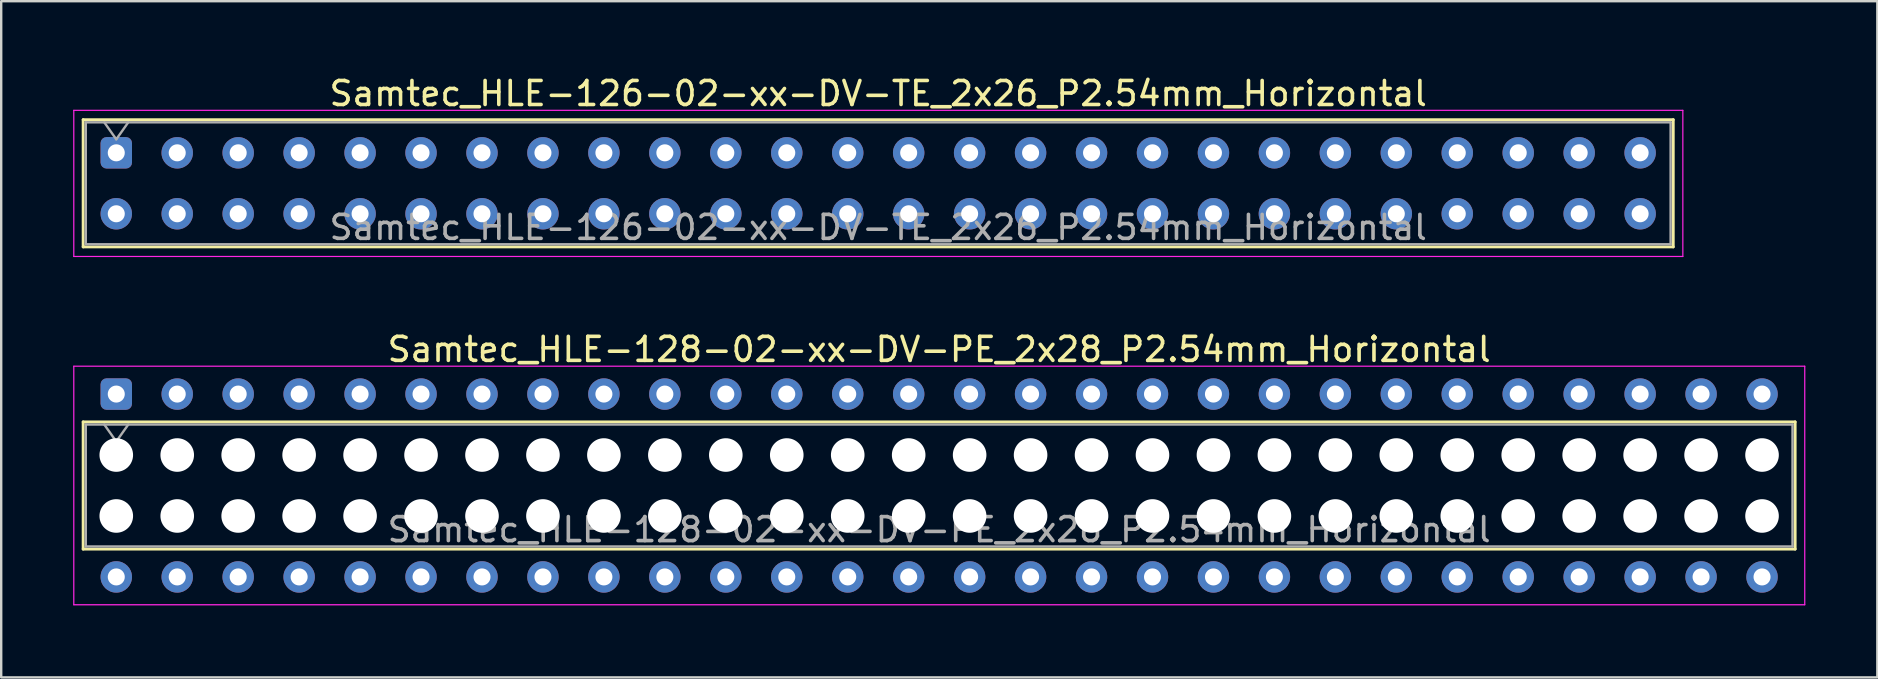
<source format=kicad_pcb>
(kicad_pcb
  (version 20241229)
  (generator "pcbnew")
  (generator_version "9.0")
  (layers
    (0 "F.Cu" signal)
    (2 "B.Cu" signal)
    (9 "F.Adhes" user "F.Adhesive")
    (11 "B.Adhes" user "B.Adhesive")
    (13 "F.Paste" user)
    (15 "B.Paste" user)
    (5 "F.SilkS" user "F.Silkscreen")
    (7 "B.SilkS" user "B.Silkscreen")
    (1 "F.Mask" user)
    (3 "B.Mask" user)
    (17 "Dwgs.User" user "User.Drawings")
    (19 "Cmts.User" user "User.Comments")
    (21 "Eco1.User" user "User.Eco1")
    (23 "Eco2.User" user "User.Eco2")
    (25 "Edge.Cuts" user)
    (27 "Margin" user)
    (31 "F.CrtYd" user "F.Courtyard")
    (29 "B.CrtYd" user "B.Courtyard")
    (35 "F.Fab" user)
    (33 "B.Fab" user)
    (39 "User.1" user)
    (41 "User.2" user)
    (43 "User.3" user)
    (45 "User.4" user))
  (footprint "Samtec_HLE-128-02-xx-DV-PE_2x28_P2.54mm_Horizontal"
    (layer "F.Cu")
    (at 1.795 13.371)
    (property "Reference" "Samtec_HLE-128-02-xx-DV-PE_2x28_P2.54mm_Horizontal" (at 34.29 -1.86 0) (layer "F.SilkS") (effects (font (size 1 1) (thickness 0.15))))
    (attr through_hole)
    (fp_line (start -1.38 1.16) (end 69.96 1.16) (stroke (width 0.12) (type solid)) (layer "F.SilkS"))
    (fp_line (start -1.38 6.46) (end -1.38 1.16) (stroke (width 0.12) (type solid)) (layer "F.SilkS"))
    (fp_line (start 69.96 1.16) (end 69.96 6.46) (stroke (width 0.12) (type solid)) (layer "F.SilkS"))
    (fp_line (start 69.96 6.46) (end -1.38 6.46) (stroke (width 0.12) (type solid)) (layer "F.SilkS"))
    (fp_line (start -1.77 -1.16) (end 70.36 -1.16) (stroke (width 0.05) (type solid)) (layer "F.CrtYd"))
    (fp_line (start -1.77 8.78) (end -1.77 -1.16) (stroke (width 0.05) (type solid)) (layer "F.CrtYd"))
    (fp_line (start 70.36 -1.16) (end 70.36 8.78) (stroke (width 0.05) (type solid)) (layer "F.CrtYd"))
    (fp_line (start 70.36 8.78) (end -1.77 8.78) (stroke (width 0.05) (type solid)) (layer "F.CrtYd"))
    (fp_line (start -1.27 1.27) (end 69.85 1.27) (stroke (width 0.1) (type solid)) (layer "F.Fab"))
    (fp_line (start -1.27 6.35) (end -1.27 1.27) (stroke (width 0.1) (type solid)) (layer "F.Fab"))
    (fp_line (start -0.5 1.27) (end 0 1.977) (stroke (width 0.1) (type solid)) (layer "F.Fab"))
    (fp_line (start 0 1.977) (end 0.5 1.27) (stroke (width 0.1) (type solid)) (layer "F.Fab"))
    (fp_line (start 69.85 1.27) (end 69.85 6.35) (stroke (width 0.1) (type solid)) (layer "F.Fab"))
    (fp_line (start 69.85 6.35) (end -1.27 6.35) (stroke (width 0.1) (type solid)) (layer "F.Fab"))
    (fp_text user "${REFERENCE}" (at 34.29 5.65 0) (layer "F.Fab") (effects (font (size 1 1) (thickness 0.15))))
    (pad "" np_thru_hole circle (at 0 2.54) (size 1.4 1.4) (drill 1.4) (layers "*.Cu" "*.Mask"))
    (pad "" np_thru_hole circle (at 0 5.08) (size 1.4 1.4) (drill 1.4) (layers "*.Cu" "*.Mask"))
    (pad "" np_thru_hole circle (at 2.54 2.54) (size 1.4 1.4) (drill 1.4) (layers "*.Cu" "*.Mask"))
    (pad "" np_thru_hole circle (at 2.54 5.08) (size 1.4 1.4) (drill 1.4) (layers "*.Cu" "*.Mask"))
    (pad "" np_thru_hole circle (at 5.08 2.54) (size 1.4 1.4) (drill 1.4) (layers "*.Cu" "*.Mask"))
    (pad "" np_thru_hole circle (at 5.08 5.08) (size 1.4 1.4) (drill 1.4) (layers "*.Cu" "*.Mask"))
    (pad "" np_thru_hole circle (at 7.62 2.54) (size 1.4 1.4) (drill 1.4) (layers "*.Cu" "*.Mask"))
    (pad "" np_thru_hole circle (at 7.62 5.08) (size 1.4 1.4) (drill 1.4) (layers "*.Cu" "*.Mask"))
    (pad "" np_thru_hole circle (at 10.16 2.54) (size 1.4 1.4) (drill 1.4) (layers "*.Cu" "*.Mask"))
    (pad "" np_thru_hole circle (at 10.16 5.08) (size 1.4 1.4) (drill 1.4) (layers "*.Cu" "*.Mask"))
    (pad "" np_thru_hole circle (at 12.7 2.54) (size 1.4 1.4) (drill 1.4) (layers "*.Cu" "*.Mask"))
    (pad "" np_thru_hole circle (at 12.7 5.08) (size 1.4 1.4) (drill 1.4) (layers "*.Cu" "*.Mask"))
    (pad "" np_thru_hole circle (at 15.24 2.54) (size 1.4 1.4) (drill 1.4) (layers "*.Cu" "*.Mask"))
    (pad "" np_thru_hole circle (at 15.24 5.08) (size 1.4 1.4) (drill 1.4) (layers "*.Cu" "*.Mask"))
    (pad "" np_thru_hole circle (at 17.78 2.54) (size 1.4 1.4) (drill 1.4) (layers "*.Cu" "*.Mask"))
    (pad "" np_thru_hole circle (at 17.78 5.08) (size 1.4 1.4) (drill 1.4) (layers "*.Cu" "*.Mask"))
    (pad "" np_thru_hole circle (at 20.32 2.54) (size 1.4 1.4) (drill 1.4) (layers "*.Cu" "*.Mask"))
    (pad "" np_thru_hole circle (at 20.32 5.08) (size 1.4 1.4) (drill 1.4) (layers "*.Cu" "*.Mask"))
    (pad "" np_thru_hole circle (at 22.86 2.54) (size 1.4 1.4) (drill 1.4) (layers "*.Cu" "*.Mask"))
    (pad "" np_thru_hole circle (at 22.86 5.08) (size 1.4 1.4) (drill 1.4) (layers "*.Cu" "*.Mask"))
    (pad "" np_thru_hole circle (at 25.4 2.54) (size 1.4 1.4) (drill 1.4) (layers "*.Cu" "*.Mask"))
    (pad "" np_thru_hole circle (at 25.4 5.08) (size 1.4 1.4) (drill 1.4) (layers "*.Cu" "*.Mask"))
    (pad "" np_thru_hole circle (at 27.94 2.54) (size 1.4 1.4) (drill 1.4) (layers "*.Cu" "*.Mask"))
    (pad "" np_thru_hole circle (at 27.94 5.08) (size 1.4 1.4) (drill 1.4) (layers "*.Cu" "*.Mask"))
    (pad "" np_thru_hole circle (at 30.48 2.54) (size 1.4 1.4) (drill 1.4) (layers "*.Cu" "*.Mask"))
    (pad "" np_thru_hole circle (at 30.48 5.08) (size 1.4 1.4) (drill 1.4) (layers "*.Cu" "*.Mask"))
    (pad "" np_thru_hole circle (at 33.02 2.54) (size 1.4 1.4) (drill 1.4) (layers "*.Cu" "*.Mask"))
    (pad "" np_thru_hole circle (at 33.02 5.08) (size 1.4 1.4) (drill 1.4) (layers "*.Cu" "*.Mask"))
    (pad "" np_thru_hole circle (at 35.56 2.54) (size 1.4 1.4) (drill 1.4) (layers "*.Cu" "*.Mask"))
    (pad "" np_thru_hole circle (at 35.56 5.08) (size 1.4 1.4) (drill 1.4) (layers "*.Cu" "*.Mask"))
    (pad "" np_thru_hole circle (at 38.1 2.54) (size 1.4 1.4) (drill 1.4) (layers "*.Cu" "*.Mask"))
    (pad "" np_thru_hole circle (at 38.1 5.08) (size 1.4 1.4) (drill 1.4) (layers "*.Cu" "*.Mask"))
    (pad "" np_thru_hole circle (at 40.64 2.54) (size 1.4 1.4) (drill 1.4) (layers "*.Cu" "*.Mask"))
    (pad "" np_thru_hole circle (at 40.64 5.08) (size 1.4 1.4) (drill 1.4) (layers "*.Cu" "*.Mask"))
    (pad "" np_thru_hole circle (at 43.18 2.54) (size 1.4 1.4) (drill 1.4) (layers "*.Cu" "*.Mask"))
    (pad "" np_thru_hole circle (at 43.18 5.08) (size 1.4 1.4) (drill 1.4) (layers "*.Cu" "*.Mask"))
    (pad "" np_thru_hole circle (at 45.72 2.54) (size 1.4 1.4) (drill 1.4) (layers "*.Cu" "*.Mask"))
    (pad "" np_thru_hole circle (at 45.72 5.08) (size 1.4 1.4) (drill 1.4) (layers "*.Cu" "*.Mask"))
    (pad "" np_thru_hole circle (at 48.26 2.54) (size 1.4 1.4) (drill 1.4) (layers "*.Cu" "*.Mask"))
    (pad "" np_thru_hole circle (at 48.26 5.08) (size 1.4 1.4) (drill 1.4) (layers "*.Cu" "*.Mask"))
    (pad "" np_thru_hole circle (at 50.8 2.54) (size 1.4 1.4) (drill 1.4) (layers "*.Cu" "*.Mask"))
    (pad "" np_thru_hole circle (at 50.8 5.08) (size 1.4 1.4) (drill 1.4) (layers "*.Cu" "*.Mask"))
    (pad "" np_thru_hole circle (at 53.34 2.54) (size 1.4 1.4) (drill 1.4) (layers "*.Cu" "*.Mask"))
    (pad "" np_thru_hole circle (at 53.34 5.08) (size 1.4 1.4) (drill 1.4) (layers "*.Cu" "*.Mask"))
    (pad "" np_thru_hole circle (at 55.88 2.54) (size 1.4 1.4) (drill 1.4) (layers "*.Cu" "*.Mask"))
    (pad "" np_thru_hole circle (at 55.88 5.08) (size 1.4 1.4) (drill 1.4) (layers "*.Cu" "*.Mask"))
    (pad "" np_thru_hole circle (at 58.42 2.54) (size 1.4 1.4) (drill 1.4) (layers "*.Cu" "*.Mask"))
    (pad "" np_thru_hole circle (at 58.42 5.08) (size 1.4 1.4) (drill 1.4) (layers "*.Cu" "*.Mask"))
    (pad "" np_thru_hole circle (at 60.96 2.54) (size 1.4 1.4) (drill 1.4) (layers "*.Cu" "*.Mask"))
    (pad "" np_thru_hole circle (at 60.96 5.08) (size 1.4 1.4) (drill 1.4) (layers "*.Cu" "*.Mask"))
    (pad "" np_thru_hole circle (at 63.5 2.54) (size 1.4 1.4) (drill 1.4) (layers "*.Cu" "*.Mask"))
    (pad "" np_thru_hole circle (at 63.5 5.08) (size 1.4 1.4) (drill 1.4) (layers "*.Cu" "*.Mask"))
    (pad "" np_thru_hole circle (at 66.04 2.54) (size 1.4 1.4) (drill 1.4) (layers "*.Cu" "*.Mask"))
    (pad "" np_thru_hole circle (at 66.04 5.08) (size 1.4 1.4) (drill 1.4) (layers "*.Cu" "*.Mask"))
    (pad "" np_thru_hole circle (at 68.58 2.54) (size 1.4 1.4) (drill 1.4) (layers "*.Cu" "*.Mask"))
    (pad "" np_thru_hole circle (at 68.58 5.08) (size 1.4 1.4) (drill 1.4) (layers "*.Cu" "*.Mask"))
    (pad "1" thru_hole roundrect (at 0 0) (size 1.31 1.31) (drill 0.71) (layers "*.Cu" "*.Mask") (roundrect_rratio 0.191))
    (pad "2" thru_hole circle (at 0 7.62) (size 1.31 1.31) (drill 0.71) (layers "*.Cu" "*.Mask"))
    (pad "3" thru_hole circle (at 2.54 0) (size 1.31 1.31) (drill 0.71) (layers "*.Cu" "*.Mask"))
    (pad "4" thru_hole circle (at 2.54 7.62) (size 1.31 1.31) (drill 0.71) (layers "*.Cu" "*.Mask"))
    (pad "5" thru_hole circle (at 5.08 0) (size 1.31 1.31) (drill 0.71) (layers "*.Cu" "*.Mask"))
    (pad "6" thru_hole circle (at 5.08 7.62) (size 1.31 1.31) (drill 0.71) (layers "*.Cu" "*.Mask"))
    (pad "7" thru_hole circle (at 7.62 0) (size 1.31 1.31) (drill 0.71) (layers "*.Cu" "*.Mask"))
    (pad "8" thru_hole circle (at 7.62 7.62) (size 1.31 1.31) (drill 0.71) (layers "*.Cu" "*.Mask"))
    (pad "9" thru_hole circle (at 10.16 0) (size 1.31 1.31) (drill 0.71) (layers "*.Cu" "*.Mask"))
    (pad "10" thru_hole circle (at 10.16 7.62) (size 1.31 1.31) (drill 0.71) (layers "*.Cu" "*.Mask"))
    (pad "11" thru_hole circle (at 12.7 0) (size 1.31 1.31) (drill 0.71) (layers "*.Cu" "*.Mask"))
    (pad "12" thru_hole circle (at 12.7 7.62) (size 1.31 1.31) (drill 0.71) (layers "*.Cu" "*.Mask"))
    (pad "13" thru_hole circle (at 15.24 0) (size 1.31 1.31) (drill 0.71) (layers "*.Cu" "*.Mask"))
    (pad "14" thru_hole circle (at 15.24 7.62) (size 1.31 1.31) (drill 0.71) (layers "*.Cu" "*.Mask"))
    (pad "15" thru_hole circle (at 17.78 0) (size 1.31 1.31) (drill 0.71) (layers "*.Cu" "*.Mask"))
    (pad "16" thru_hole circle (at 17.78 7.62) (size 1.31 1.31) (drill 0.71) (layers "*.Cu" "*.Mask"))
    (pad "17" thru_hole circle (at 20.32 0) (size 1.31 1.31) (drill 0.71) (layers "*.Cu" "*.Mask"))
    (pad "18" thru_hole circle (at 20.32 7.62) (size 1.31 1.31) (drill 0.71) (layers "*.Cu" "*.Mask"))
    (pad "19" thru_hole circle (at 22.86 0) (size 1.31 1.31) (drill 0.71) (layers "*.Cu" "*.Mask"))
    (pad "20" thru_hole circle (at 22.86 7.62) (size 1.31 1.31) (drill 0.71) (layers "*.Cu" "*.Mask"))
    (pad "21" thru_hole circle (at 25.4 0) (size 1.31 1.31) (drill 0.71) (layers "*.Cu" "*.Mask"))
    (pad "22" thru_hole circle (at 25.4 7.62) (size 1.31 1.31) (drill 0.71) (layers "*.Cu" "*.Mask"))
    (pad "23" thru_hole circle (at 27.94 0) (size 1.31 1.31) (drill 0.71) (layers "*.Cu" "*.Mask"))
    (pad "24" thru_hole circle (at 27.94 7.62) (size 1.31 1.31) (drill 0.71) (layers "*.Cu" "*.Mask"))
    (pad "25" thru_hole circle (at 30.48 0) (size 1.31 1.31) (drill 0.71) (layers "*.Cu" "*.Mask"))
    (pad "26" thru_hole circle (at 30.48 7.62) (size 1.31 1.31) (drill 0.71) (layers "*.Cu" "*.Mask"))
    (pad "27" thru_hole circle (at 33.02 0) (size 1.31 1.31) (drill 0.71) (layers "*.Cu" "*.Mask"))
    (pad "28" thru_hole circle (at 33.02 7.62) (size 1.31 1.31) (drill 0.71) (layers "*.Cu" "*.Mask"))
    (pad "29" thru_hole circle (at 35.56 0) (size 1.31 1.31) (drill 0.71) (layers "*.Cu" "*.Mask"))
    (pad "30" thru_hole circle (at 35.56 7.62) (size 1.31 1.31) (drill 0.71) (layers "*.Cu" "*.Mask"))
    (pad "31" thru_hole circle (at 38.1 0) (size 1.31 1.31) (drill 0.71) (layers "*.Cu" "*.Mask"))
    (pad "32" thru_hole circle (at 38.1 7.62) (size 1.31 1.31) (drill 0.71) (layers "*.Cu" "*.Mask"))
    (pad "33" thru_hole circle (at 40.64 0) (size 1.31 1.31) (drill 0.71) (layers "*.Cu" "*.Mask"))
    (pad "34" thru_hole circle (at 40.64 7.62) (size 1.31 1.31) (drill 0.71) (layers "*.Cu" "*.Mask"))
    (pad "35" thru_hole circle (at 43.18 0) (size 1.31 1.31) (drill 0.71) (layers "*.Cu" "*.Mask"))
    (pad "36" thru_hole circle (at 43.18 7.62) (size 1.31 1.31) (drill 0.71) (layers "*.Cu" "*.Mask"))
    (pad "37" thru_hole circle (at 45.72 0) (size 1.31 1.31) (drill 0.71) (layers "*.Cu" "*.Mask"))
    (pad "38" thru_hole circle (at 45.72 7.62) (size 1.31 1.31) (drill 0.71) (layers "*.Cu" "*.Mask"))
    (pad "39" thru_hole circle (at 48.26 0) (size 1.31 1.31) (drill 0.71) (layers "*.Cu" "*.Mask"))
    (pad "40" thru_hole circle (at 48.26 7.62) (size 1.31 1.31) (drill 0.71) (layers "*.Cu" "*.Mask"))
    (pad "41" thru_hole circle (at 50.8 0) (size 1.31 1.31) (drill 0.71) (layers "*.Cu" "*.Mask"))
    (pad "42" thru_hole circle (at 50.8 7.62) (size 1.31 1.31) (drill 0.71) (layers "*.Cu" "*.Mask"))
    (pad "43" thru_hole circle (at 53.34 0) (size 1.31 1.31) (drill 0.71) (layers "*.Cu" "*.Mask"))
    (pad "44" thru_hole circle (at 53.34 7.62) (size 1.31 1.31) (drill 0.71) (layers "*.Cu" "*.Mask"))
    (pad "45" thru_hole circle (at 55.88 0) (size 1.31 1.31) (drill 0.71) (layers "*.Cu" "*.Mask"))
    (pad "46" thru_hole circle (at 55.88 7.62) (size 1.31 1.31) (drill 0.71) (layers "*.Cu" "*.Mask"))
    (pad "47" thru_hole circle (at 58.42 0) (size 1.31 1.31) (drill 0.71) (layers "*.Cu" "*.Mask"))
    (pad "48" thru_hole circle (at 58.42 7.62) (size 1.31 1.31) (drill 0.71) (layers "*.Cu" "*.Mask"))
    (pad "49" thru_hole circle (at 60.96 0) (size 1.31 1.31) (drill 0.71) (layers "*.Cu" "*.Mask"))
    (pad "50" thru_hole circle (at 60.96 7.62) (size 1.31 1.31) (drill 0.71) (layers "*.Cu" "*.Mask"))
    (pad "51" thru_hole circle (at 63.5 0) (size 1.31 1.31) (drill 0.71) (layers "*.Cu" "*.Mask"))
    (pad "52" thru_hole circle (at 63.5 7.62) (size 1.31 1.31) (drill 0.71) (layers "*.Cu" "*.Mask"))
    (pad "53" thru_hole circle (at 66.04 0) (size 1.31 1.31) (drill 0.71) (layers "*.Cu" "*.Mask"))
    (pad "54" thru_hole circle (at 66.04 7.62) (size 1.31 1.31) (drill 0.71) (layers "*.Cu" "*.Mask"))
    (pad "55" thru_hole circle (at 68.58 0) (size 1.31 1.31) (drill 0.71) (layers "*.Cu" "*.Mask"))
    (pad "56" thru_hole circle (at 68.58 7.62) (size 1.31 1.31) (drill 0.71) (layers "*.Cu" "*.Mask")))
  (footprint "Samtec_HLE-126-02-xx-DV-TE_2x26_P2.54mm_Horizontal"
    (layer "F.Cu")
    (at 1.795 3.318)
    (property "Reference" "Samtec_HLE-126-02-xx-DV-TE_2x26_P2.54mm_Horizontal" (at 31.75 -2.47 0) (layer "F.SilkS") (effects (font (size 1 1) (thickness 0.15))))
    (attr through_hole)
    (fp_line (start -1.38 -1.38) (end 64.88 -1.38) (stroke (width 0.12) (type solid)) (layer "F.SilkS"))
    (fp_line (start -1.38 3.92) (end -1.38 -1.38) (stroke (width 0.12) (type solid)) (layer "F.SilkS"))
    (fp_line (start 64.88 -1.38) (end 64.88 3.92) (stroke (width 0.12) (type solid)) (layer "F.SilkS"))
    (fp_line (start 64.88 3.92) (end -1.38 3.92) (stroke (width 0.12) (type solid)) (layer "F.SilkS"))
    (fp_line (start -1.77 -1.77) (end 65.28 -1.77) (stroke (width 0.05) (type solid)) (layer "F.CrtYd"))
    (fp_line (start -1.77 4.32) (end -1.77 -1.77) (stroke (width 0.05) (type solid)) (layer "F.CrtYd"))
    (fp_line (start 65.28 -1.77) (end 65.28 4.32) (stroke (width 0.05) (type solid)) (layer "F.CrtYd"))
    (fp_line (start 65.28 4.32) (end -1.77 4.32) (stroke (width 0.05) (type solid)) (layer "F.CrtYd"))
    (fp_line (start -1.27 -1.27) (end 64.77 -1.27) (stroke (width 0.1) (type solid)) (layer "F.Fab"))
    (fp_line (start -1.27 3.81) (end -1.27 -1.27) (stroke (width 0.1) (type solid)) (layer "F.Fab"))
    (fp_line (start -0.5 -1.27) (end 0 -0.563) (stroke (width 0.1) (type solid)) (layer "F.Fab"))
    (fp_line (start 0 -0.563) (end 0.5 -1.27) (stroke (width 0.1) (type solid)) (layer "F.Fab"))
    (fp_line (start 64.77 -1.27) (end 64.77 3.81) (stroke (width 0.1) (type solid)) (layer "F.Fab"))
    (fp_line (start 64.77 3.81) (end -1.27 3.81) (stroke (width 0.1) (type solid)) (layer "F.Fab"))
    (fp_text user "${REFERENCE}" (at 31.75 3.11 0) (layer "F.Fab") (effects (font (size 1 1) (thickness 0.15))))
    (pad "1" thru_hole roundrect (at 0 0) (size 1.31 1.31) (drill 0.71) (layers "*.Cu" "*.Mask") (roundrect_rratio 0.191))
    (pad "2" thru_hole circle (at 0 2.54) (size 1.31 1.31) (drill 0.71) (layers "*.Cu" "*.Mask"))
    (pad "3" thru_hole circle (at 2.54 0) (size 1.31 1.31) (drill 0.71) (layers "*.Cu" "*.Mask"))
    (pad "4" thru_hole circle (at 2.54 2.54) (size 1.31 1.31) (drill 0.71) (layers "*.Cu" "*.Mask"))
    (pad "5" thru_hole circle (at 5.08 0) (size 1.31 1.31) (drill 0.71) (layers "*.Cu" "*.Mask"))
    (pad "6" thru_hole circle (at 5.08 2.54) (size 1.31 1.31) (drill 0.71) (layers "*.Cu" "*.Mask"))
    (pad "7" thru_hole circle (at 7.62 0) (size 1.31 1.31) (drill 0.71) (layers "*.Cu" "*.Mask"))
    (pad "8" thru_hole circle (at 7.62 2.54) (size 1.31 1.31) (drill 0.71) (layers "*.Cu" "*.Mask"))
    (pad "9" thru_hole circle (at 10.16 0) (size 1.31 1.31) (drill 0.71) (layers "*.Cu" "*.Mask"))
    (pad "10" thru_hole circle (at 10.16 2.54) (size 1.31 1.31) (drill 0.71) (layers "*.Cu" "*.Mask"))
    (pad "11" thru_hole circle (at 12.7 0) (size 1.31 1.31) (drill 0.71) (layers "*.Cu" "*.Mask"))
    (pad "12" thru_hole circle (at 12.7 2.54) (size 1.31 1.31) (drill 0.71) (layers "*.Cu" "*.Mask"))
    (pad "13" thru_hole circle (at 15.24 0) (size 1.31 1.31) (drill 0.71) (layers "*.Cu" "*.Mask"))
    (pad "14" thru_hole circle (at 15.24 2.54) (size 1.31 1.31) (drill 0.71) (layers "*.Cu" "*.Mask"))
    (pad "15" thru_hole circle (at 17.78 0) (size 1.31 1.31) (drill 0.71) (layers "*.Cu" "*.Mask"))
    (pad "16" thru_hole circle (at 17.78 2.54) (size 1.31 1.31) (drill 0.71) (layers "*.Cu" "*.Mask"))
    (pad "17" thru_hole circle (at 20.32 0) (size 1.31 1.31) (drill 0.71) (layers "*.Cu" "*.Mask"))
    (pad "18" thru_hole circle (at 20.32 2.54) (size 1.31 1.31) (drill 0.71) (layers "*.Cu" "*.Mask"))
    (pad "19" thru_hole circle (at 22.86 0) (size 1.31 1.31) (drill 0.71) (layers "*.Cu" "*.Mask"))
    (pad "20" thru_hole circle (at 22.86 2.54) (size 1.31 1.31) (drill 0.71) (layers "*.Cu" "*.Mask"))
    (pad "21" thru_hole circle (at 25.4 0) (size 1.31 1.31) (drill 0.71) (layers "*.Cu" "*.Mask"))
    (pad "22" thru_hole circle (at 25.4 2.54) (size 1.31 1.31) (drill 0.71) (layers "*.Cu" "*.Mask"))
    (pad "23" thru_hole circle (at 27.94 0) (size 1.31 1.31) (drill 0.71) (layers "*.Cu" "*.Mask"))
    (pad "24" thru_hole circle (at 27.94 2.54) (size 1.31 1.31) (drill 0.71) (layers "*.Cu" "*.Mask"))
    (pad "25" thru_hole circle (at 30.48 0) (size 1.31 1.31) (drill 0.71) (layers "*.Cu" "*.Mask"))
    (pad "26" thru_hole circle (at 30.48 2.54) (size 1.31 1.31) (drill 0.71) (layers "*.Cu" "*.Mask"))
    (pad "27" thru_hole circle (at 33.02 0) (size 1.31 1.31) (drill 0.71) (layers "*.Cu" "*.Mask"))
    (pad "28" thru_hole circle (at 33.02 2.54) (size 1.31 1.31) (drill 0.71) (layers "*.Cu" "*.Mask"))
    (pad "29" thru_hole circle (at 35.56 0) (size 1.31 1.31) (drill 0.71) (layers "*.Cu" "*.Mask"))
    (pad "30" thru_hole circle (at 35.56 2.54) (size 1.31 1.31) (drill 0.71) (layers "*.Cu" "*.Mask"))
    (pad "31" thru_hole circle (at 38.1 0) (size 1.31 1.31) (drill 0.71) (layers "*.Cu" "*.Mask"))
    (pad "32" thru_hole circle (at 38.1 2.54) (size 1.31 1.31) (drill 0.71) (layers "*.Cu" "*.Mask"))
    (pad "33" thru_hole circle (at 40.64 0) (size 1.31 1.31) (drill 0.71) (layers "*.Cu" "*.Mask"))
    (pad "34" thru_hole circle (at 40.64 2.54) (size 1.31 1.31) (drill 0.71) (layers "*.Cu" "*.Mask"))
    (pad "35" thru_hole circle (at 43.18 0) (size 1.31 1.31) (drill 0.71) (layers "*.Cu" "*.Mask"))
    (pad "36" thru_hole circle (at 43.18 2.54) (size 1.31 1.31) (drill 0.71) (layers "*.Cu" "*.Mask"))
    (pad "37" thru_hole circle (at 45.72 0) (size 1.31 1.31) (drill 0.71) (layers "*.Cu" "*.Mask"))
    (pad "38" thru_hole circle (at 45.72 2.54) (size 1.31 1.31) (drill 0.71) (layers "*.Cu" "*.Mask"))
    (pad "39" thru_hole circle (at 48.26 0) (size 1.31 1.31) (drill 0.71) (layers "*.Cu" "*.Mask"))
    (pad "40" thru_hole circle (at 48.26 2.54) (size 1.31 1.31) (drill 0.71) (layers "*.Cu" "*.Mask"))
    (pad "41" thru_hole circle (at 50.8 0) (size 1.31 1.31) (drill 0.71) (layers "*.Cu" "*.Mask"))
    (pad "42" thru_hole circle (at 50.8 2.54) (size 1.31 1.31) (drill 0.71) (layers "*.Cu" "*.Mask"))
    (pad "43" thru_hole circle (at 53.34 0) (size 1.31 1.31) (drill 0.71) (layers "*.Cu" "*.Mask"))
    (pad "44" thru_hole circle (at 53.34 2.54) (size 1.31 1.31) (drill 0.71) (layers "*.Cu" "*.Mask"))
    (pad "45" thru_hole circle (at 55.88 0) (size 1.31 1.31) (drill 0.71) (layers "*.Cu" "*.Mask"))
    (pad "46" thru_hole circle (at 55.88 2.54) (size 1.31 1.31) (drill 0.71) (layers "*.Cu" "*.Mask"))
    (pad "47" thru_hole circle (at 58.42 0) (size 1.31 1.31) (drill 0.71) (layers "*.Cu" "*.Mask"))
    (pad "48" thru_hole circle (at 58.42 2.54) (size 1.31 1.31) (drill 0.71) (layers "*.Cu" "*.Mask"))
    (pad "49" thru_hole circle (at 60.96 0) (size 1.31 1.31) (drill 0.71) (layers "*.Cu" "*.Mask"))
    (pad "50" thru_hole circle (at 60.96 2.54) (size 1.31 1.31) (drill 0.71) (layers "*.Cu" "*.Mask"))
    (pad "51" thru_hole circle (at 63.5 0) (size 1.31 1.31) (drill 0.71) (layers "*.Cu" "*.Mask"))
    (pad "52" thru_hole circle (at 63.5 2.54) (size 1.31 1.31) (drill 0.71) (layers "*.Cu" "*.Mask")))
  (gr_rect
    (start -3 -3)
    (end 75.18 25.177)
    (stroke (width 0.1) (type default))
    (fill no)
    (layer "Edge.Cuts")))
</source>
